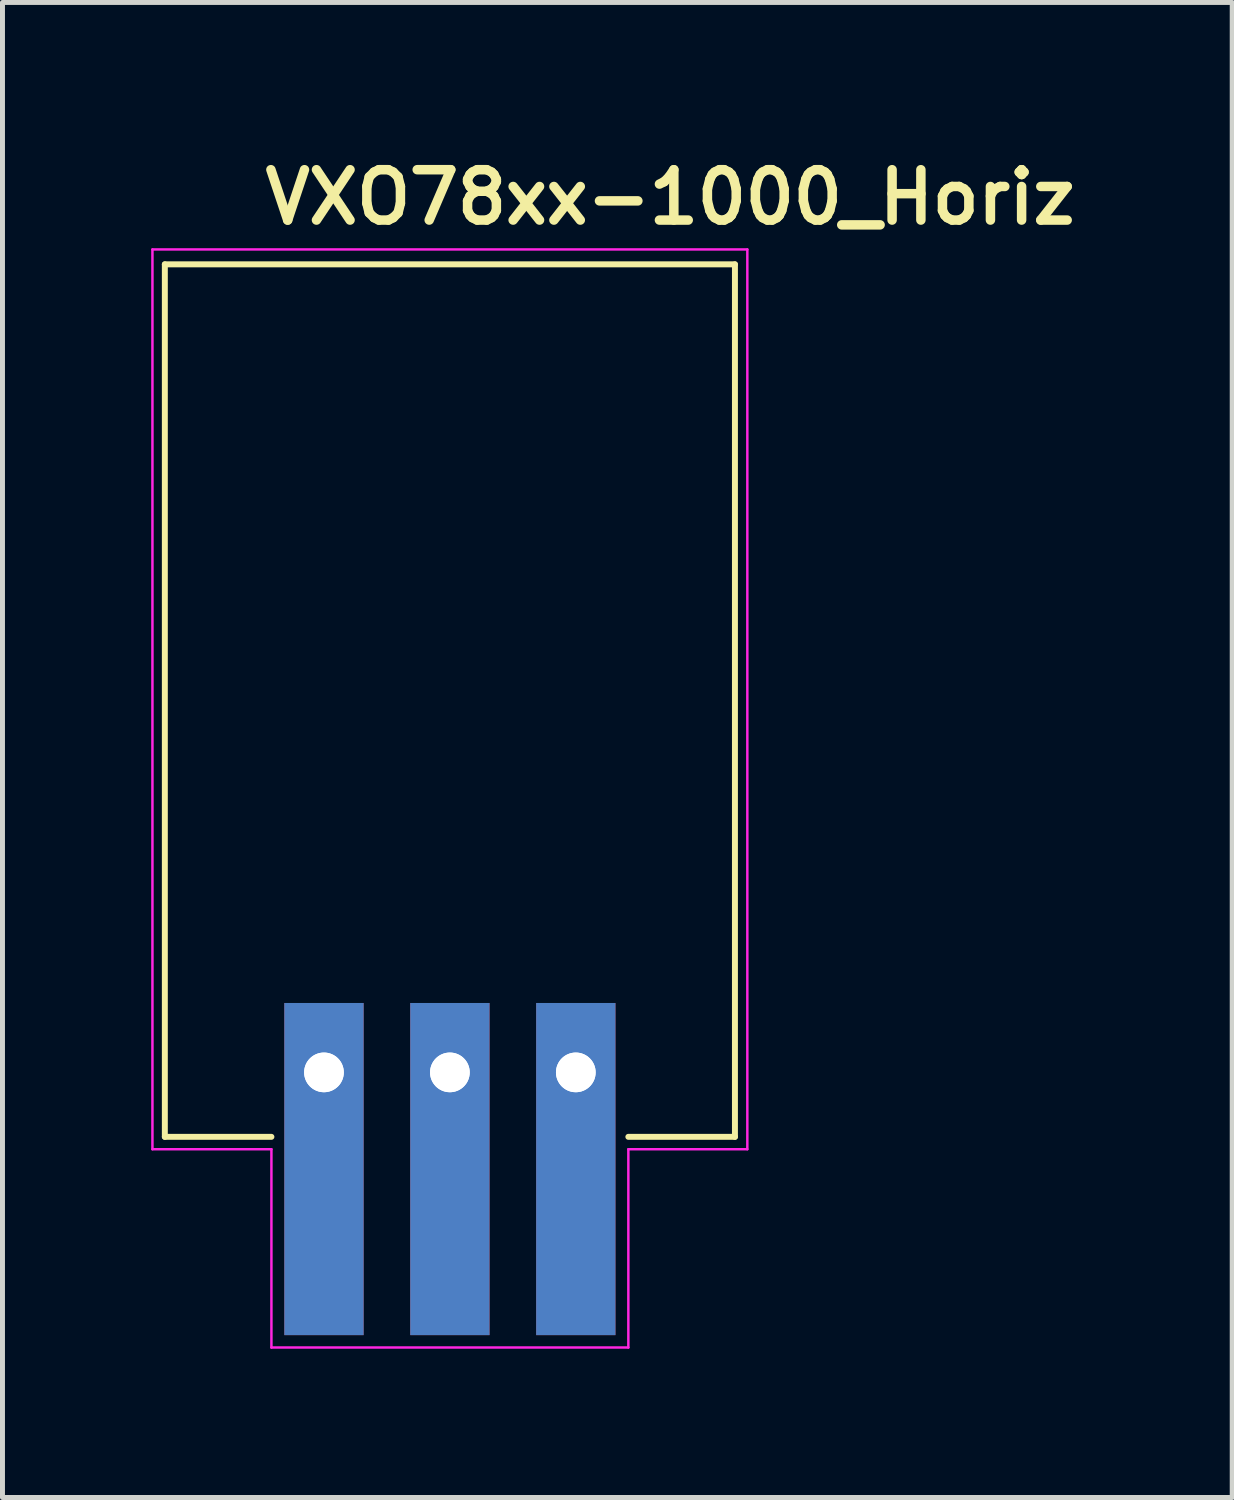
<source format=kicad_pcb>
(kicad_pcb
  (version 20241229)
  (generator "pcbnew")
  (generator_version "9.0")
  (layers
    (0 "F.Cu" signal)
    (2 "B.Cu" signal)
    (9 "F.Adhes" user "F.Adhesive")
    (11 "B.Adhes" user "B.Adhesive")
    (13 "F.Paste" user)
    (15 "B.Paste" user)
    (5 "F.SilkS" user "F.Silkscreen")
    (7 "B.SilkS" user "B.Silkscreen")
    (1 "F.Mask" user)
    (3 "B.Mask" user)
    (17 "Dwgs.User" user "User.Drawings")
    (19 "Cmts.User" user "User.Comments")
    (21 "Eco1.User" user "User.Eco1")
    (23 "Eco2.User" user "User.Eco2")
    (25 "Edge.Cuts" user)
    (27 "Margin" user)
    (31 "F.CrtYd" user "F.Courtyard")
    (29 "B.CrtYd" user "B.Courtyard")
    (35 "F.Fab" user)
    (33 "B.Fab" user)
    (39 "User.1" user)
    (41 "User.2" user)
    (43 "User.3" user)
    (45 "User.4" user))
  (footprint "VXO78xx-1000_Horiz"
    (layer "F.Cu")
    (at 6.025 18.582)
    (property "Reference" "VXO78xx-1000_Horiz" (at 4.445 -17.653 0) (layer "F.SilkS") (effects (font (size 1.016 1.016) (thickness 0.191))))
    (attr through_hole)
    (fp_line (start -5.75 -16.3) (end -5.75 1.3) (stroke (width 0.12) (type solid)) (layer "F.SilkS"))
    (fp_line (start -5.75 -16.3) (end 5.75 -16.3) (stroke (width 0.12) (type solid)) (layer "F.SilkS"))
    (fp_line (start -3.6 1.3) (end -5.75 1.3) (stroke (width 0.12) (type solid)) (layer "F.SilkS"))
    (fp_line (start 5.75 -16.3) (end 5.75 1.3) (stroke (width 0.12) (type solid)) (layer "F.SilkS"))
    (fp_line (start 5.75 1.3) (end 3.6 1.3) (stroke (width 0.12) (type solid)) (layer "F.SilkS"))
    (fp_line (start -6 1.55) (end -6 -16.6) (stroke (width 0.05) (type solid)) (layer "F.CrtYd"))
    (fp_line (start -6 1.55) (end -3.6 1.55) (stroke (width 0.05) (type solid)) (layer "F.CrtYd"))
    (fp_line (start -3.6 1.55) (end -3.6 5.55) (stroke (width 0.05) (type solid)) (layer "F.CrtYd"))
    (fp_line (start -3.6 5.55) (end 3.6 5.55) (stroke (width 0.05) (type solid)) (layer "F.CrtYd"))
    (fp_line (start 3.6 1.55) (end 6 1.55) (stroke (width 0.05) (type solid)) (layer "F.CrtYd"))
    (fp_line (start 3.6 5.55) (end 3.6 1.55) (stroke (width 0.05) (type solid)) (layer "F.CrtYd"))
    (fp_line (start 6 -16.6) (end -6 -16.6) (stroke (width 0.05) (type solid)) (layer "F.CrtYd"))
    (fp_line (start 6 1.55) (end 6 -16.6) (stroke (width 0.05) (type solid)) (layer "F.CrtYd"))
    (pad "1" thru_hole oval (at -2.54 0) (size 1.27 2.032) (drill 0.8) (layers "*.Cu" "B.Mask"))
    (pad "1" thru_hole rect (at -2.54 0) (size 1.6 6.7) (drill 0.8 (offset 0 1.95)) (layers "F.Cu" "F.Mask"))
    (pad "2" thru_hole oval (at 0 0) (size 1.27 2.032) (drill 0.8) (layers "*.Cu" "B.Mask"))
    (pad "2" thru_hole rect (at 0 0) (size 1.6 6.7) (drill 0.8 (offset 0 1.95)) (layers "F.Cu" "F.Mask"))
    (pad "3" thru_hole oval (at 2.54 0) (size 1.27 2.032) (drill 0.8) (layers "*.Cu" "B.Mask"))
    (pad "3" thru_hole rect (at 2.54 0) (size 1.6 6.7) (drill 0.8 (offset 0 1.95)) (layers "F.Cu" "F.Mask")))
  (gr_rect
    (start -3 -3)
    (end 21.806 27.157)
    (stroke (width 0.1) (type default))
    (fill no)
    (layer "Edge.Cuts")))
</source>
